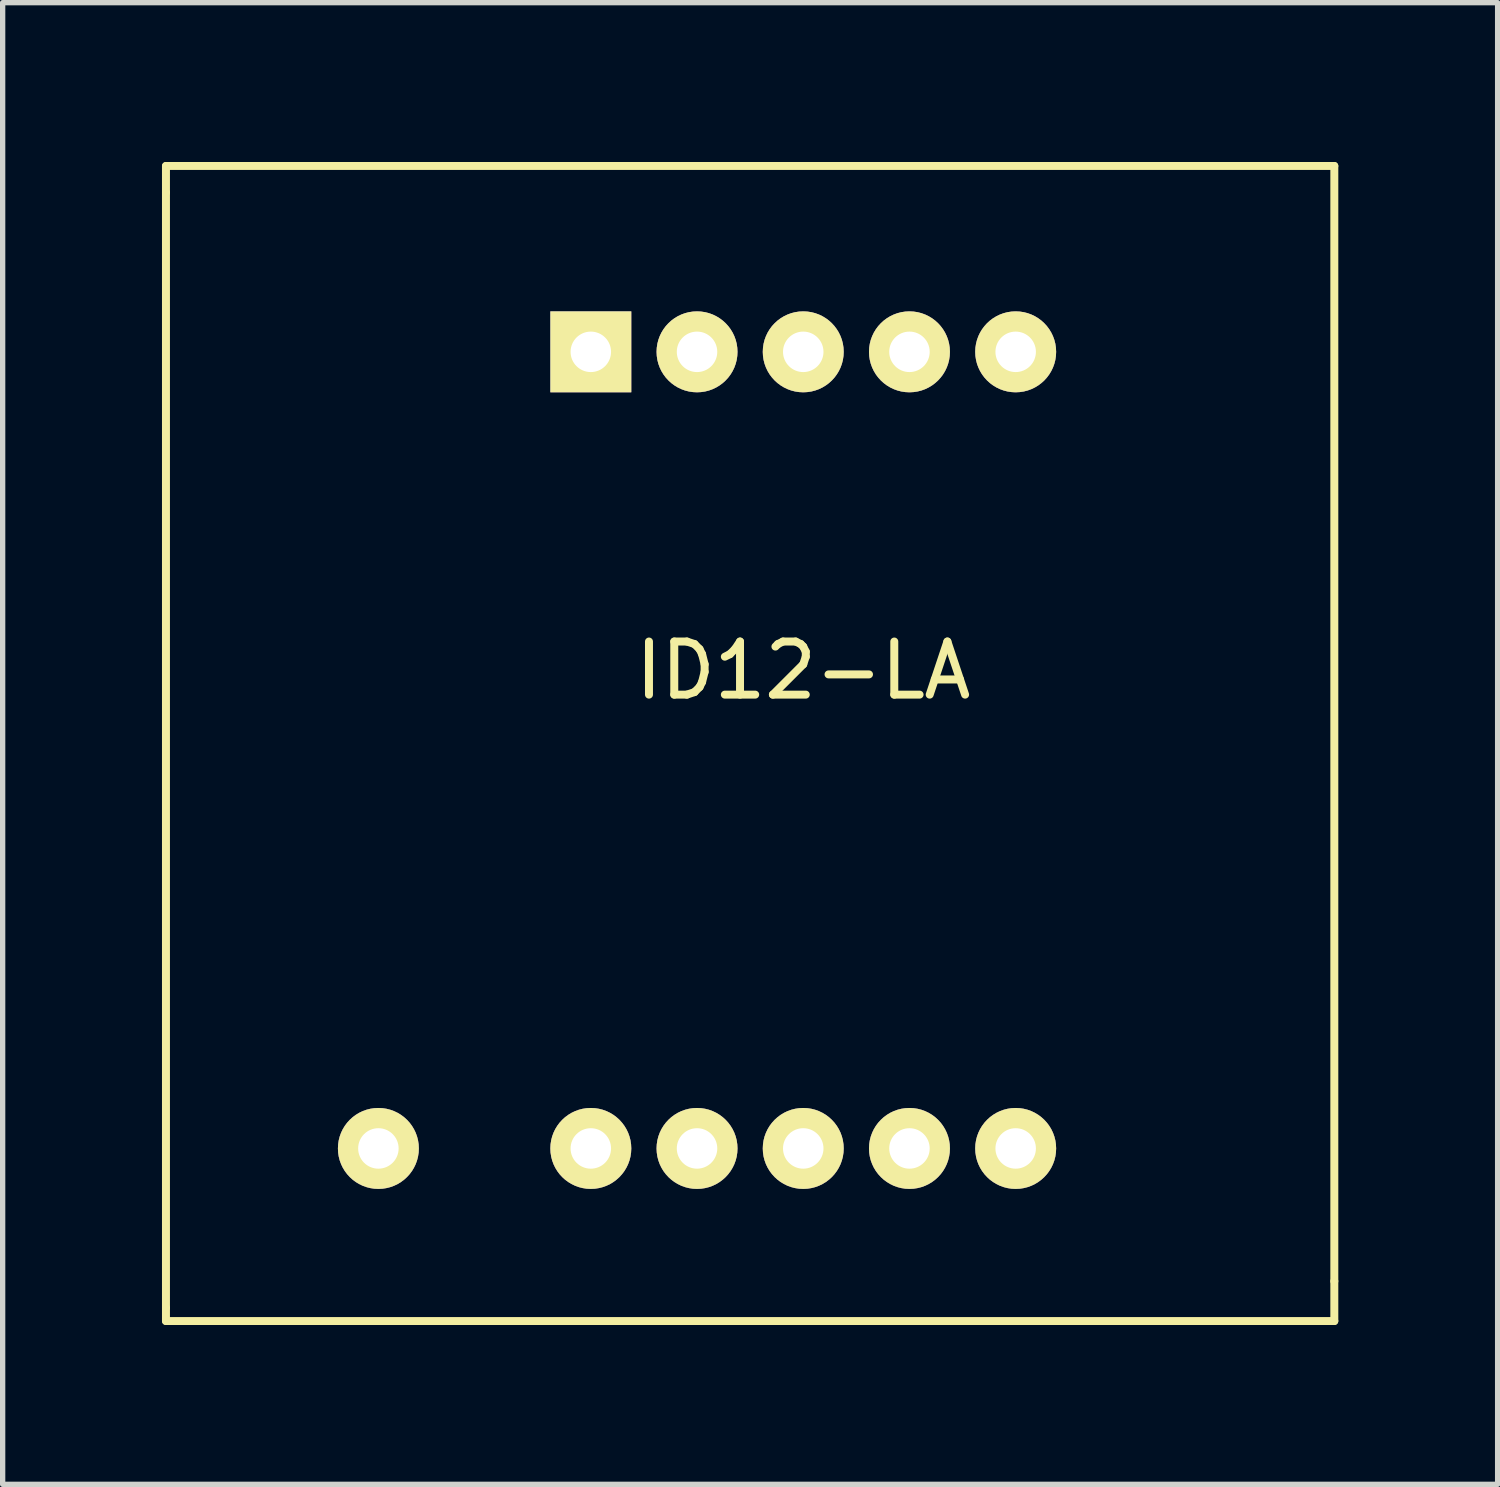
<source format=kicad_pcb>
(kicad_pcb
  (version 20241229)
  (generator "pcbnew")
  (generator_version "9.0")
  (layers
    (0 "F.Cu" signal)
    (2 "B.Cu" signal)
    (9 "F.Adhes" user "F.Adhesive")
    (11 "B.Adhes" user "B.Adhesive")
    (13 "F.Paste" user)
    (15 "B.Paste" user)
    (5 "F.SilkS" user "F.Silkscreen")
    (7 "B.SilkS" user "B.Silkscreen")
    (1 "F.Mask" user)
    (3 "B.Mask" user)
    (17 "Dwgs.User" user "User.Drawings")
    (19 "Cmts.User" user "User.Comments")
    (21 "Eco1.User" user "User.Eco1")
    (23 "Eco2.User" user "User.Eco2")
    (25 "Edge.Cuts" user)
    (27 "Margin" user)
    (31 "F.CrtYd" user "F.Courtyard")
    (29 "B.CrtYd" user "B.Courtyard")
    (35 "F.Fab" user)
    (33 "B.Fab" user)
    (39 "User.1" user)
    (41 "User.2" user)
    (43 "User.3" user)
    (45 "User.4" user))
  (footprint "ID12-LA"
    (layer "F.Cu")
    (at 13.075 10.575)
    (property "Reference" "ID12-LA" (at -1 -1 0) (layer "F.SilkS") (effects (font (size 1 1) (thickness 0.15))))
    (attr through_hole)
    (fp_line (start -13 -10.5) (end -13 -10) (stroke (width 0.15) (type solid)) (layer "F.SilkS"))
    (fp_line (start -13 -10) (end -13 11) (stroke (width 0.15) (type solid)) (layer "F.SilkS"))
    (fp_line (start -13 11.25) (end -13 11) (stroke (width 0.15) (type solid)) (layer "F.SilkS"))
    (fp_line (start -13 11.25) (end 9 11.25) (stroke (width 0.15) (type solid)) (layer "F.SilkS"))
    (fp_line (start 9 -10.5) (end -13 -10.5) (stroke (width 0.15) (type solid)) (layer "F.SilkS"))
    (fp_line (start 9 10.5) (end 9 -10.5) (stroke (width 0.15) (type solid)) (layer "F.SilkS"))
    (fp_line (start 9 10.5) (end 9 11.25) (stroke (width 0.15) (type solid)) (layer "F.SilkS"))
    (pad "1" thru_hole rect (at -5 -7) (size 1.524 1.524) (drill 0.762) (layers "*.Cu" "*.Mask" "F.SilkS"))
    (pad "2" thru_hole circle (at -3 -7) (size 1.524 1.524) (drill 0.762) (layers "*.Cu" "*.Mask" "F.SilkS"))
    (pad "3" thru_hole circle (at -1 -7) (size 1.524 1.524) (drill 0.762) (layers "*.Cu" "*.Mask" "F.SilkS"))
    (pad "4" thru_hole circle (at 1 -7) (size 1.524 1.524) (drill 0.762) (layers "*.Cu" "*.Mask" "F.SilkS"))
    (pad "5" thru_hole circle (at 3 -7) (size 1.524 1.524) (drill 0.762) (layers "*.Cu" "*.Mask" "F.SilkS"))
    (pad "6" thru_hole circle (at 3 8) (size 1.524 1.524) (drill 0.762) (layers "*.Cu" "*.Mask" "F.SilkS"))
    (pad "7" thru_hole circle (at 1 8) (size 1.524 1.524) (drill 0.762) (layers "*.Cu" "*.Mask" "F.SilkS"))
    (pad "8" thru_hole circle (at -1 8) (size 1.524 1.524) (drill 0.762) (layers "*.Cu" "*.Mask" "F.SilkS"))
    (pad "9" thru_hole circle (at -3 8) (size 1.524 1.524) (drill 0.762) (layers "*.Cu" "*.Mask" "F.SilkS"))
    (pad "10" thru_hole circle (at -5 8) (size 1.524 1.524) (drill 0.762) (layers "*.Cu" "*.Mask" "F.SilkS"))
    (pad "11" thru_hole circle (at -9 8) (size 1.524 1.524) (drill 0.762) (layers "*.Cu" "*.Mask" "F.SilkS")))
  (gr_rect
    (start -3 -3)
    (end 25.15 24.9)
    (stroke (width 0.1) (type default))
    (fill no)
    (layer "Edge.Cuts")))
</source>
